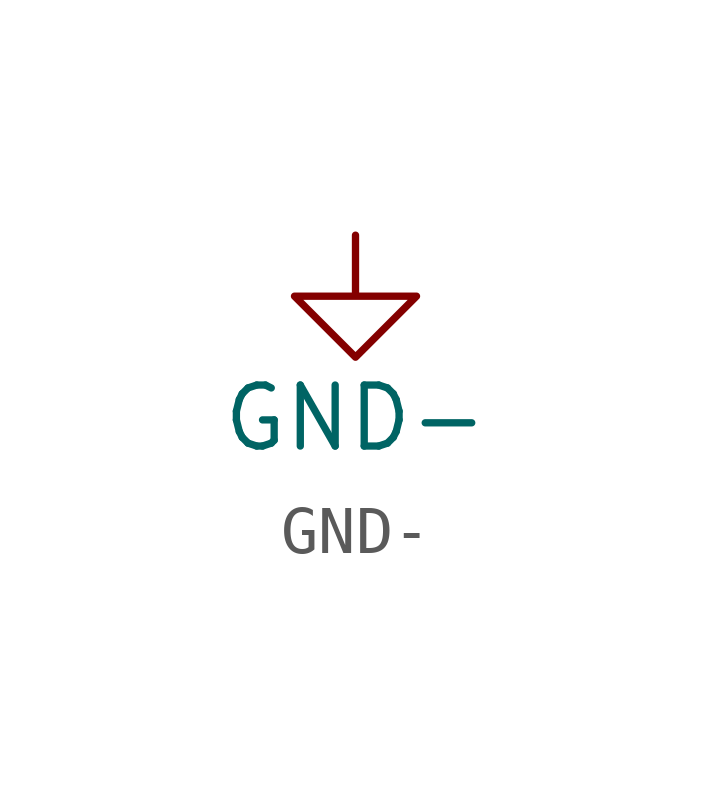
<source format=kicad_sym>
(kicad_symbol_lib
  (version 20231120)
  (generator "kicad_symbol_editor")
  (generator_version "8.0")
  (symbol "GND-"
    (power)
    (pin_names
      (offset 0))
    (property "Reference" "#PWR"
      (at 0 -6.35 0)
      (effects (font (size 1.27 1.27)) (hide yes)))
    (property "Value" "GND-"
      (at 0 -3.81 0)
      (effects (font (size 1.27 1.27))))
    (symbol "GND-_0_1"
      (polyline (pts (xy 0 0) (xy 0 -1.27) (xy 1.27 -1.27) (xy 0 -2.54) (xy -1.27 -1.27) (xy 0 -1.27)) (stroke (width 0) (type solid)) (fill (type none))))
    (symbol "GND-_1_1"
      (pin power_in line (at 0 0 270) (length 0) hide (name "GND" (effects (font (size 1.27 1.27)))) (number "1" (effects (font (size 1.27 1.27))))))))
</source>
